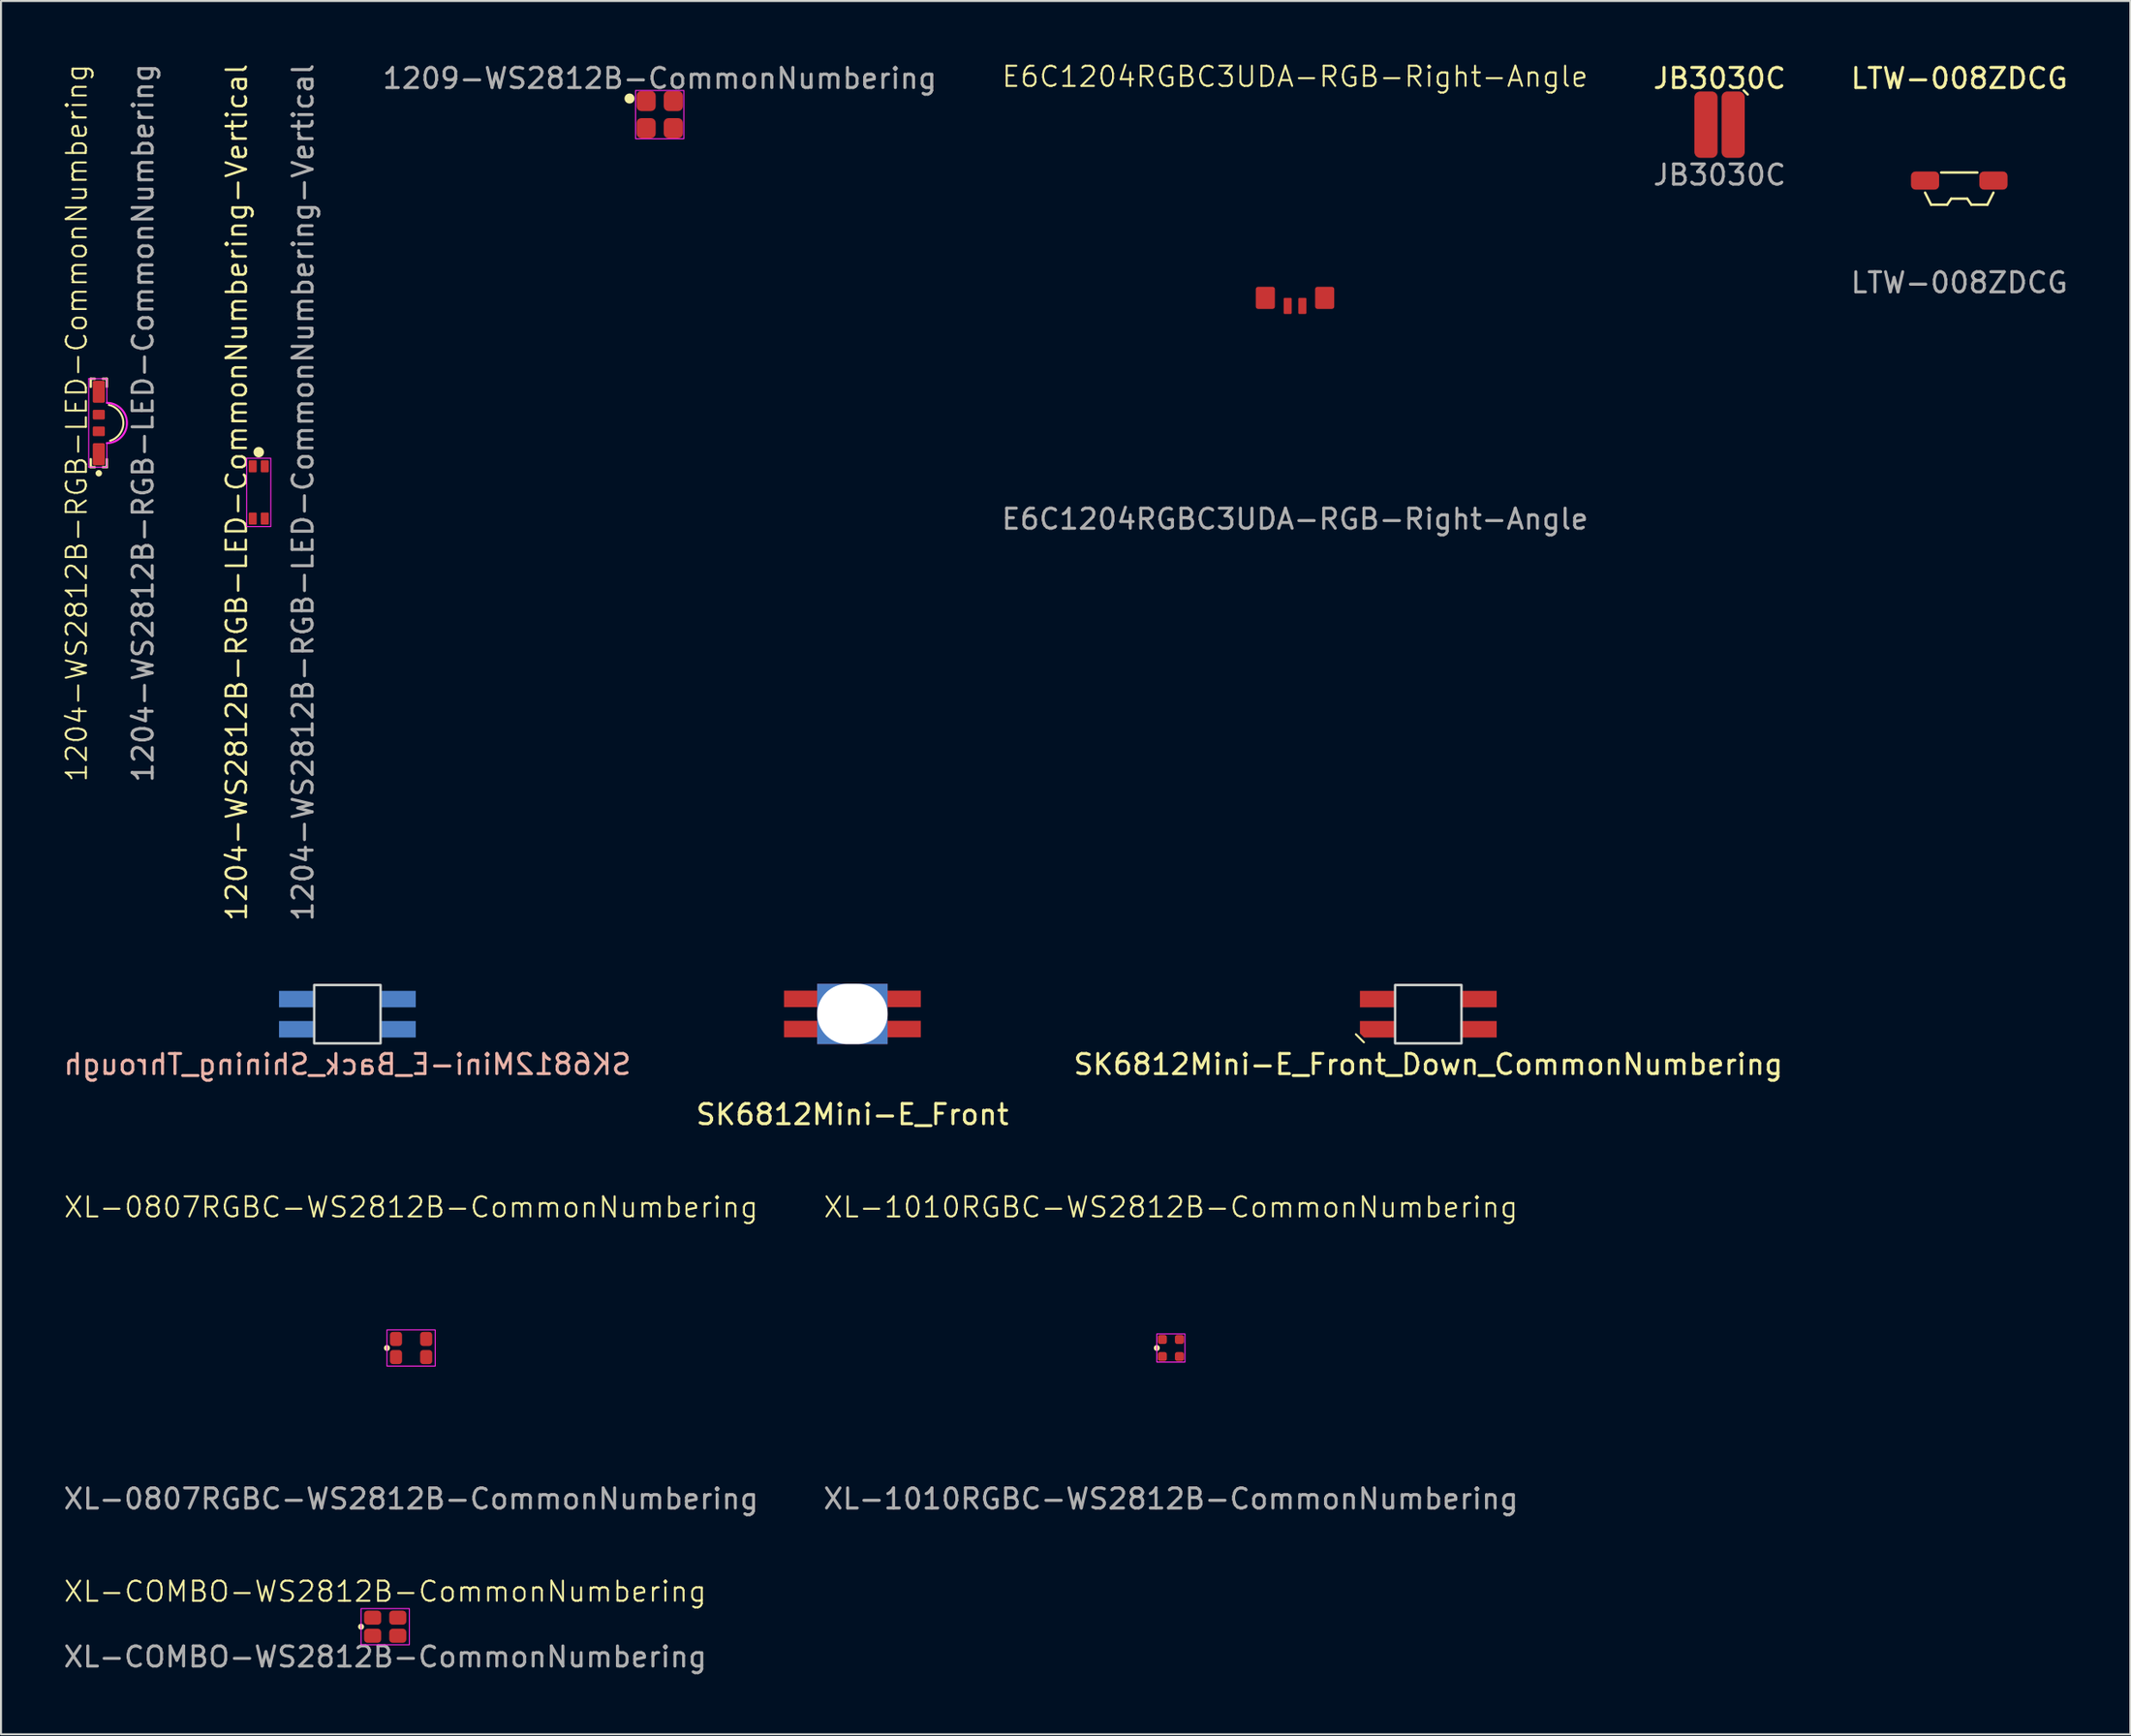
<source format=kicad_pcb>
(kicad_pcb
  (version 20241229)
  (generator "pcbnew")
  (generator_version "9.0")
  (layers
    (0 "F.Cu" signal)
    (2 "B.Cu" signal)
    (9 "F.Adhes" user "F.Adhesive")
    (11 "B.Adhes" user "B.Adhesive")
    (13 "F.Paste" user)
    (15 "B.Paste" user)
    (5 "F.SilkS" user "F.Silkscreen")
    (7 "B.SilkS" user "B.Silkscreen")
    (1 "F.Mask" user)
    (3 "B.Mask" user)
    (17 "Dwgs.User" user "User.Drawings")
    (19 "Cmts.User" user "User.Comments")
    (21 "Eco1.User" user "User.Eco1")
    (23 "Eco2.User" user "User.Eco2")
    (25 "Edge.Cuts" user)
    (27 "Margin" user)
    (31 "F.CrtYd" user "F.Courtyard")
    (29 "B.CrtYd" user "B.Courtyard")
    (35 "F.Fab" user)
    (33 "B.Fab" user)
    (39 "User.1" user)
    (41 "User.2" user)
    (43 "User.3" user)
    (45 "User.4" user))
  (footprint "SK6812Mini-E_Front_Down_CommonNumbering"
    (layer "F.Cu")
    (at 67.958 47.379)
    (property "Reference" "SK6812Mini-E_Front_Down_CommonNumbering" (at 0 2.5 180) (layer "F.SilkS") (effects (font (size 1 1) (thickness 0.15))))
    (attr through_hole)
    (fp_line (start -3.6 1) (end -3.2 1.4) (stroke (width 0.1) (type default)) (layer "F.SilkS"))
    (fp_rect (start -1.65 -1.45) (end 1.65 1.45) (stroke (width 0.12) (type solid)) (fill no) (layer "Edge.Cuts"))
    (pad "1" smd rect (at 2.5 -0.75) (size 1.8 0.82) (layers "F.Cu" "F.Mask" "F.Paste"))
    (pad "2" smd rect (at 2.5 0.75) (size 1.8 0.82) (layers "F.Cu" "F.Mask" "F.Paste"))
    (pad "3" smd roundrect (at -2.5 0.75) (size 1.8 0.82) (layers "F.Cu" "F.Mask" "F.Paste") (roundrect_rratio 0) (chamfer_ratio 0.25) (chamfer bottom_left))
    (pad "4" smd rect (at -2.5 -0.75) (size 1.8 0.82) (layers "F.Cu" "F.Mask" "F.Paste")))
  (footprint "SK6812Mini-E_Front"
    (layer "F.Cu")
    (at 39.327 47.369)
    (property "Reference" "SK6812Mini-E_Front" (at 0 5 0) (layer "F.SilkS") (effects (font (size 1 1) (thickness 0.15))))
    (attr through_hole)
    (pad "1" smd rect (at -2.5 -0.75) (size 1.8 0.82) (layers "F.Cu" "F.Mask" "F.Paste"))
    (pad "2" smd rect (at -2.5 0.75) (size 1.8 0.82) (layers "F.Cu" "F.Mask" "F.Paste"))
    (pad "3" smd rect (at 2.5 0.75) (size 1.8 0.82) (layers "F.Cu" "F.Mask" "F.Paste"))
    (pad "4" smd rect (at 2.5 -0.75) (size 1.8 0.82) (layers "F.Cu" "F.Mask" "F.Paste"))
    (pad "5" thru_hole rect (at 0 0) (size 3.5 3) (drill oval 3.5 3) (layers "*.Cu" "*.Mask")))
  (footprint "XL-0807RGBC-WS2812B-CommonNumbering"
    (layer "F.Cu")
    (at 17.387 63.978)
    (property "Reference" "XL-0807RGBC-WS2812B-CommonNumbering" (at 0 -7 0) (unlocked yes) (layer "F.SilkS") (effects (font (size 1 1) (thickness 0.1))))
    (attr smd)
    (fp_circle (center -1.2 0) (end -1.1 0) (stroke (width 0.1) (type solid)) (fill yes) (layer "F.SilkS"))
    (fp_rect (start -1.2 -0.9) (end 1.2 0.9) (stroke (width 0.05) (type default)) (fill no) (layer "F.CrtYd"))
    (fp_text user "${REFERENCE}" (at 0 7.5 0) (unlocked yes) (layer "F.Fab") (effects (font (size 1 1) (thickness 0.15))))
    (pad "1" smd roundrect (at 0.75 -0.45) (size 0.6 0.7) (layers "F.Cu" "F.Mask" "F.Paste") (roundrect_rratio 0.25))
    (pad "2" smd roundrect (at -0.75 -0.45) (size 0.6 0.7) (layers "F.Cu" "F.Mask" "F.Paste") (roundrect_rratio 0.25))
    (pad "3" smd roundrect (at -0.75 0.45) (size 0.6 0.7) (layers "F.Cu" "F.Mask" "F.Paste") (roundrect_rratio 0.25))
    (pad "4" smd roundrect (at 0.75 0.45) (size 0.6 0.7) (layers "F.Cu" "F.Mask" "F.Paste") (roundrect_rratio 0.25)))
  (footprint "E6C1204RGBC3UDA-RGB-Right-Angle"
    (layer "F.Cu")
    (at 61.332 11.761)
    (property "Reference" "E6C1204RGBC3UDA-RGB-Right-Angle" (at 0 -11 0) (unlocked yes) (layer "F.SilkS") (effects (font (size 1 1) (thickness 0.1))))
    (attr smd)
    (fp_text user "${REFERENCE}" (at 0 11 0) (unlocked yes) (layer "F.Fab") (effects (font (size 1 1) (thickness 0.15))))
    (pad "1" smd roundrect (at -1.475 0) (size 0.95 1.1) (layers "F.Cu" "F.Mask" "F.Paste") (roundrect_rratio 0.125))
    (pad "2" smd roundrect (at -0.365 0.4) (size 0.4 0.8) (layers "F.Cu" "F.Mask" "F.Paste") (roundrect_rratio 0.125))
    (pad "3" smd roundrect (at 0.365 0.4) (size 0.4 0.8) (layers "F.Cu" "F.Mask" "F.Paste") (roundrect_rratio 0.125))
    (pad "4" smd roundrect (at 1.475 0) (size 0.95 1.1) (layers "F.Cu" "F.Mask" "F.Paste") (roundrect_rratio 0.125)))
  (footprint "XL-1010RGBC-WS2812B-CommonNumbering"
    (layer "F.Cu")
    (at 55.161 63.978)
    (property "Reference" "XL-1010RGBC-WS2812B-CommonNumbering" (at 0 -7 0) (unlocked yes) (layer "F.SilkS") (effects (font (size 1 1) (thickness 0.1))))
    (attr smd)
    (fp_circle (center -0.7 0) (end -0.6 0) (stroke (width 0.1) (type solid)) (fill yes) (layer "F.SilkS"))
    (fp_rect (start -0.7 -0.7) (end 0.7 0.7) (stroke (width 0.05) (type default)) (fill no) (layer "F.CrtYd"))
    (fp_text user "${REFERENCE}" (at 0 7.5 0) (unlocked yes) (layer "F.Fab") (effects (font (size 1 1) (thickness 0.15))))
    (pad "1" smd roundrect (at 0.425 -0.425) (size 0.45 0.45) (layers "F.Cu" "F.Mask" "F.Paste") (roundrect_rratio 0.25))
    (pad "2" smd roundrect (at -0.425 -0.425) (size 0.45 0.45) (layers "F.Cu" "F.Mask" "F.Paste") (roundrect_rratio 0.25))
    (pad "3" smd roundrect (at -0.425 0.425) (size 0.45 0.45) (layers "F.Cu" "F.Mask" "F.Paste") (roundrect_rratio 0.25))
    (pad "4" smd roundrect (at 0.425 0.425) (size 0.45 0.45) (layers "F.Cu" "F.Mask" "F.Paste") (roundrect_rratio 0.25)))
  (footprint "XL-COMBO-WS2812B-CommonNumbering"
    (layer "F.Cu")
    (at 16.101 77.837)
    (property "Reference" "XL-COMBO-WS2812B-CommonNumbering" (at 0 -1.75 0) (unlocked yes) (layer "F.SilkS") (effects (font (size 1 1) (thickness 0.1))))
    (attr smd)
    (fp_circle (center -1.2 0) (end -1.1 0) (stroke (width 0.1) (type solid)) (fill yes) (layer "F.SilkS"))
    (fp_rect (start -1.2 -0.9) (end 1.2 0.9) (stroke (width 0.05) (type default)) (fill no) (layer "F.CrtYd"))
    (fp_text user "${REFERENCE}" (at 0 1.5 0) (unlocked yes) (layer "F.Fab") (effects (font (size 1 1) (thickness 0.15))))
    (pad "1" smd roundrect (at 0.625 -0.45) (size 0.85 0.7) (layers "F.Cu" "F.Mask" "F.Paste") (roundrect_rratio 0.25))
    (pad "2" smd roundrect (at -0.625 -0.45) (size 0.85 0.7) (layers "F.Cu" "F.Mask" "F.Paste") (roundrect_rratio 0.25))
    (pad "3" smd roundrect (at -0.625 0.45) (size 0.85 0.7) (layers "F.Cu" "F.Mask" "F.Paste") (roundrect_rratio 0.25))
    (pad "4" smd roundrect (at 0.625 0.45) (size 0.85 0.7) (layers "F.Cu" "F.Mask" "F.Paste") (roundrect_rratio 0.25)))
  (footprint "LTW-008ZDCG"
    (layer "F.Cu")
    (at 94.355 5.928)
    (property "Reference" "LTW-008ZDCG" (at 0 -5.08 0) (unlocked yes) (layer "F.SilkS") (effects (font (size 1 1) (thickness 0.15))))
    (attr smd)
    (fp_line (start -1.7 0.6) (end -1.4 1.2) (stroke (width 0.12) (type default)) (layer "F.SilkS"))
    (fp_line (start -1.4 1.2) (end -0.6 1.2) (stroke (width 0.12) (type default)) (layer "F.SilkS"))
    (fp_line (start -0.9 -0.4) (end 0.9 -0.4) (stroke (width 0.12) (type default)) (layer "F.SilkS"))
    (fp_line (start -0.6 1.2) (end -0.4 0.9) (stroke (width 0.12) (type default)) (layer "F.SilkS"))
    (fp_line (start -0.4 0.9) (end 0.4 0.9) (stroke (width 0.12) (type default)) (layer "F.SilkS"))
    (fp_line (start 0.4 0.9) (end 0.6 1.2) (stroke (width 0.12) (type default)) (layer "F.SilkS"))
    (fp_line (start 0.6 1.2) (end 1.4 1.2) (stroke (width 0.12) (type default)) (layer "F.SilkS"))
    (fp_line (start 1.4 1.2) (end 1.7 0.6) (stroke (width 0.12) (type default)) (layer "F.SilkS"))
    (fp_text user "${REFERENCE}" (at 0 5.08 0) (unlocked yes) (layer "F.Fab") (effects (font (size 1 1) (thickness 0.15))))
    (pad "1" smd roundrect (at 1.7 0) (size 1.4 0.9) (layers "F.Cu" "F.Mask" "F.Paste") (roundrect_rratio 0.25))
    (pad "2" smd roundrect (at -1.7 0) (size 1.4 0.9) (layers "F.Cu" "F.Mask" "F.Paste") (roundrect_rratio 0.25)))
  (footprint "1209-WS2812B-CommonNumbering"
    (layer "F.Cu")
    (at 29.748 2.648)
    (property "Reference" "1209-WS2812B-CommonNumbering" (at 0 -1.8 0) (unlocked yes) (layer "F.SilkS") (effects (font (size 1 1) (thickness 0.1))))
    (attr smd)
    (fp_circle (center -1.5 -0.8) (end -1.3 -0.8) (stroke (width 0.1) (type solid)) (fill yes) (layer "F.SilkS"))
    (fp_rect (start -1.2 -1.2) (end 1.2 1.2) (stroke (width 0.05) (type default)) (fill no) (layer "F.CrtYd"))
    (fp_text user "${REFERENCE}" (at 0 -1.8 0) (unlocked yes) (layer "F.Fab") (effects (font (size 1 1) (thickness 0.15))))
    (pad "1" smd roundrect (at 0.675 0.675) (size 0.95 1) (layers "F.Cu" "F.Mask" "F.Paste") (roundrect_rratio 0.25))
    (pad "2" smd roundrect (at 0.675 -0.675) (size 0.95 1) (layers "F.Cu" "F.Mask" "F.Paste") (roundrect_rratio 0.25))
    (pad "3" smd roundrect (at -0.675 -0.675) (size 0.95 1) (layers "F.Cu" "F.Mask" "F.Paste") (roundrect_rratio 0.25))
    (pad "4" smd roundrect (at -0.675 0.675) (size 0.95 1) (layers "F.Cu" "F.Mask" "F.Paste") (roundrect_rratio 0.25)))
  (footprint "1204-WS2812B-RGB-LED-CommonNumbering-Vertical"
    (layer "F.Cu")
    (at 9.813 21.435)
    (property "Reference" "1204-WS2812B-RGB-LED-CommonNumbering-Vertical" (at -1.1 0 90) (unlocked yes) (layer "F.SilkS") (effects (font (size 1 1) (thickness 0.125))))
    (attr smd)
    (fp_circle (center 0 -2) (end 0.2 -2) (stroke (width 0.12) (type solid)) (fill yes) (layer "F.SilkS"))
    (fp_rect (start -0.6 -1.7) (end 0.6 1.7) (stroke (width 0.05) (type solid)) (fill no) (layer "F.CrtYd"))
    (fp_text user "${REFERENCE}" (at 2.2 0 90) (unlocked yes) (layer "F.Fab") (effects (font (size 1 1) (thickness 0.15))))
    (pad "1" smd roundrect (at 0.3 -1.3) (size 0.4 0.6) (layers "F.Cu" "F.Mask" "F.Paste") (roundrect_rratio 0.125))
    (pad "2" smd roundrect (at -0.3 -1.3) (size 0.4 0.6) (layers "F.Cu" "F.Mask" "F.Paste") (roundrect_rratio 0.125))
    (pad "3" smd roundrect (at -0.3 1.3) (size 0.4 0.6) (layers "F.Cu" "F.Mask" "F.Paste") (roundrect_rratio 0.125))
    (pad "4" smd roundrect (at 0.3 1.3) (size 0.4 0.6) (layers "F.Cu" "F.Mask" "F.Paste") (roundrect_rratio 0.125)))
  (footprint "1204-WS2812B-RGB-LED-CommonNumbering"
    (layer "F.Cu")
    (at 1.861 17.982)
    (property "Reference" "1204-WS2812B-RGB-LED-CommonNumbering" (at -1.1 0 90) (unlocked yes) (layer "F.SilkS") (effects (font (size 1 1) (thickness 0.1))))
    (attr smd)
    (fp_line (start -0.4 -2.2) (end -0.2 -2.2) (stroke (width 0.12) (type default)) (layer "F.SilkS"))
    (fp_line (start -0.4 -1.8) (end -0.4 -2.2) (stroke (width 0.12) (type default)) (layer "F.SilkS"))
    (fp_line (start -0.4 2.2) (end -0.4 1.8) (stroke (width 0.12) (type default)) (layer "F.SilkS"))
    (fp_line (start -0.2 2.2) (end -0.4 2.2) (stroke (width 0.12) (type default)) (layer "F.SilkS"))
    (fp_line (start 0.2 -2.2) (end 0.4 -2.2) (stroke (width 0.12) (type default)) (layer "F.SilkS"))
    (fp_line (start 0.4 -2.2) (end 0.4 -1.8) (stroke (width 0.12) (type default)) (layer "F.SilkS"))
    (fp_line (start 0.4 1.8) (end 0.4 2.2) (stroke (width 0.12) (type default)) (layer "F.SilkS"))
    (fp_line (start 0.4 2.2) (end 0.2 2.2) (stroke (width 0.12) (type default)) (layer "F.SilkS"))
    (fp_arc (start 0.5 -0.9) (mid 1.221344 -0.033546) (end 0.564922 0.883072) (stroke (width 0.1) (type default)) (layer "F.SilkS"))
    (fp_circle (center 0 2.5) (end 0.1 2.5) (stroke (width 0.12) (type solid)) (fill yes) (layer "F.SilkS"))
    (fp_line (start -0.5 -2.2) (end -0.5 2.2) (stroke (width 0.05) (type default)) (layer "F.CrtYd"))
    (fp_line (start -0.5 2.2) (end 0.4 2.2) (stroke (width 0.05) (type default)) (layer "F.CrtYd"))
    (fp_line (start 0.4 -2.2) (end -0.5 -2.2) (stroke (width 0.05) (type default)) (layer "F.CrtYd"))
    (fp_line (start 0.4 -1) (end 0.4 -2.2) (stroke (width 0.05) (type default)) (layer "F.CrtYd"))
    (fp_line (start 0.4 2.2) (end 0.4 1) (stroke (width 0.05) (type default)) (layer "F.CrtYd"))
    (fp_arc (start 0.4 -1) (mid 1.4 0) (end 0.4 1) (stroke (width 0.1) (type default)) (layer "F.CrtYd"))
    (fp_text user "${REFERENCE}" (at 2.2 0 90) (unlocked yes) (layer "F.Fab") (effects (font (size 1 1) (thickness 0.15))))
    (pad "1" smd roundrect (at 0 1.555) (size 0.6 1.1) (layers "F.Cu" "F.Mask" "F.Paste") (roundrect_rratio 0.125))
    (pad "2" smd roundrect (at 0 0.415) (size 0.6 0.48) (layers "F.Cu" "F.Mask" "F.Paste") (roundrect_rratio 0.125))
    (pad "3" smd roundrect (at 0 -0.415) (size 0.6 0.48) (layers "F.Cu" "F.Mask" "F.Paste") (roundrect_rratio 0.125))
    (pad "4" smd roundrect (at 0 -1.555) (size 0.6 1.1) (layers "F.Cu" "F.Mask" "F.Paste") (roundrect_rratio 0.125)))
  (footprint "JB3030C"
    (layer "F.Cu")
    (at 82.439 3.148)
    (property "Reference" "JB3030C" (at 0 -2.3 0) (unlocked yes) (layer "F.SilkS") (effects (font (size 1 1) (thickness 0.15))))
    (attr smd)
    (fp_line (start 1.2 -1.7) (end 1.4 -1.5) (stroke (width 0.12) (type default)) (layer "F.SilkS"))
    (fp_text user "${REFERENCE}" (at 0 2.5 0) (unlocked yes) (layer "F.Fab") (effects (font (size 1 1) (thickness 0.15))))
    (pad "1" smd roundrect (at 0.675 0) (size 1.15 3.3) (layers "F.Cu" "F.Mask" "F.Paste") (roundrect_rratio 0.25))
    (pad "2" smd roundrect (at -0.675 0) (size 1.15 3.3) (layers "F.Cu" "F.Mask" "F.Paste") (roundrect_rratio 0.25)))
  (footprint "SK6812Mini-E_Back_Shining_Through"
    (layer "F.Cu")
    (at 14.22 47.379)
    (property "Reference" "SK6812Mini-E_Back_Shining_Through" (at 0 2.5 0) (layer "B.SilkS") (effects (font (size 1 1) (thickness 0.15)) (justify mirror)))
    (attr through_hole)
    (fp_rect (start -1.65 -1.45) (end 1.65 1.45) (stroke (width 0.12) (type solid)) (fill no) (layer "Edge.Cuts"))
    (pad "1" smd rect (at -2.5 -0.75) (size 1.8 0.82) (layers "B.Cu" "B.Mask" "B.Paste"))
    (pad "2" smd rect (at -2.5 0.75) (size 1.8 0.82) (layers "B.Cu" "B.Mask" "B.Paste"))
    (pad "3" smd rect (at 2.5 0.75) (size 1.8 0.82) (layers "B.Cu" "B.Mask" "B.Paste"))
    (pad "4" smd rect (at 2.5 -0.75) (size 1.8 0.82) (layers "B.Cu" "B.Mask" "B.Paste")))
  (gr_rect
    (start -3 -3)
    (end 102.861 83.185)
    (stroke (width 0.1) (type default))
    (fill no)
    (layer "Edge.Cuts")))
</source>
